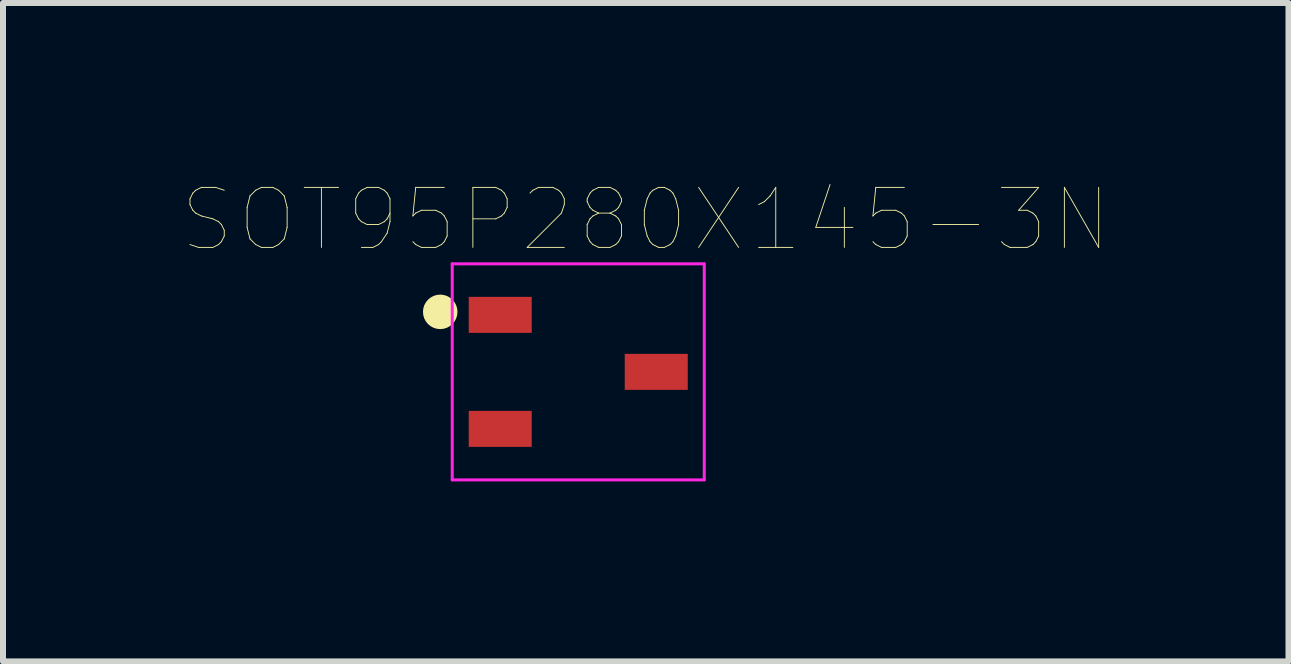
<source format=kicad_pcb>
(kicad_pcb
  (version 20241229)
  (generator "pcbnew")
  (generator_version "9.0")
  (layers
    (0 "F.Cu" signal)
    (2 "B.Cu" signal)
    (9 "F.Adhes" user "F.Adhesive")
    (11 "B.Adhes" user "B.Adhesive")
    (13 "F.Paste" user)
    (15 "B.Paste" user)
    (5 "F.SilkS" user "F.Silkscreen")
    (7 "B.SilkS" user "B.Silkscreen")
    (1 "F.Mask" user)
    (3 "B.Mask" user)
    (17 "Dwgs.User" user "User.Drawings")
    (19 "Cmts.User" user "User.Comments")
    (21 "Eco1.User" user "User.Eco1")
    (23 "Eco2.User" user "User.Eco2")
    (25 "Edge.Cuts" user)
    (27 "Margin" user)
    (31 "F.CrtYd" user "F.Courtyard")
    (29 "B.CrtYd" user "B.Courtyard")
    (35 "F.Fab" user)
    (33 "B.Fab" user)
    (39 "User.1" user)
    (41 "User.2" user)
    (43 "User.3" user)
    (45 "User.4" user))
  (footprint "SOT95P280X145-3N"
    (layer "F.Cu")
    (at 6.586 3.147)
    (property "Reference" "SOT95P280X145-3N" (at 1.125 -2.536 0) (layer "F.SilkS") (effects (font (size 1 1) (thickness 0.015))))
    (attr through_hole)
    (fp_circle (center -2.4 -1) (end -2.3 -1) (stroke (width 0.127) (type solid)) (fill no) (layer "F.SilkS"))
    (fp_circle (center -2.3 -1) (end -2.2 -1) (stroke (width 0.127) (type solid)) (fill no) (layer "F.SilkS"))
    (fp_circle (center -2.3 -1) (end -2.159 -1) (stroke (width 0.127) (type solid)) (fill no) (layer "F.SilkS"))
    (fp_circle (center -2.3 -1) (end -2.076 -1) (stroke (width 0.127) (type solid)) (fill no) (layer "F.SilkS"))
    (fp_line (start -2.1 -1.8) (end 2.1 -1.8) (stroke (width 0.05) (type solid)) (layer "F.CrtYd"))
    (fp_line (start -2.1 1.8) (end -2.1 -1.8) (stroke (width 0.05) (type solid)) (layer "F.CrtYd"))
    (fp_line (start 2.1 -1.8) (end 2.1 1.8) (stroke (width 0.05) (type solid)) (layer "F.CrtYd"))
    (fp_line (start 2.1 1.8) (end -2.1 1.8) (stroke (width 0.05) (type solid)) (layer "F.CrtYd"))
    (pad "1" smd rect (at -1.3 -0.95) (size 1.05 0.6) (layers "F.Cu" "F.Mask" "F.Paste"))
    (pad "2" smd rect (at -1.3 0.95) (size 1.05 0.6) (layers "F.Cu" "F.Mask" "F.Paste"))
    (pad "3" smd rect (at 1.3 0) (size 1.05 0.6) (layers "F.Cu" "F.Mask" "F.Paste")))
  (gr_rect
    (start -3 -3)
    (end 18.422 7.972)
    (stroke (width 0.1) (type default))
    (fill no)
    (layer "Edge.Cuts")))
</source>
